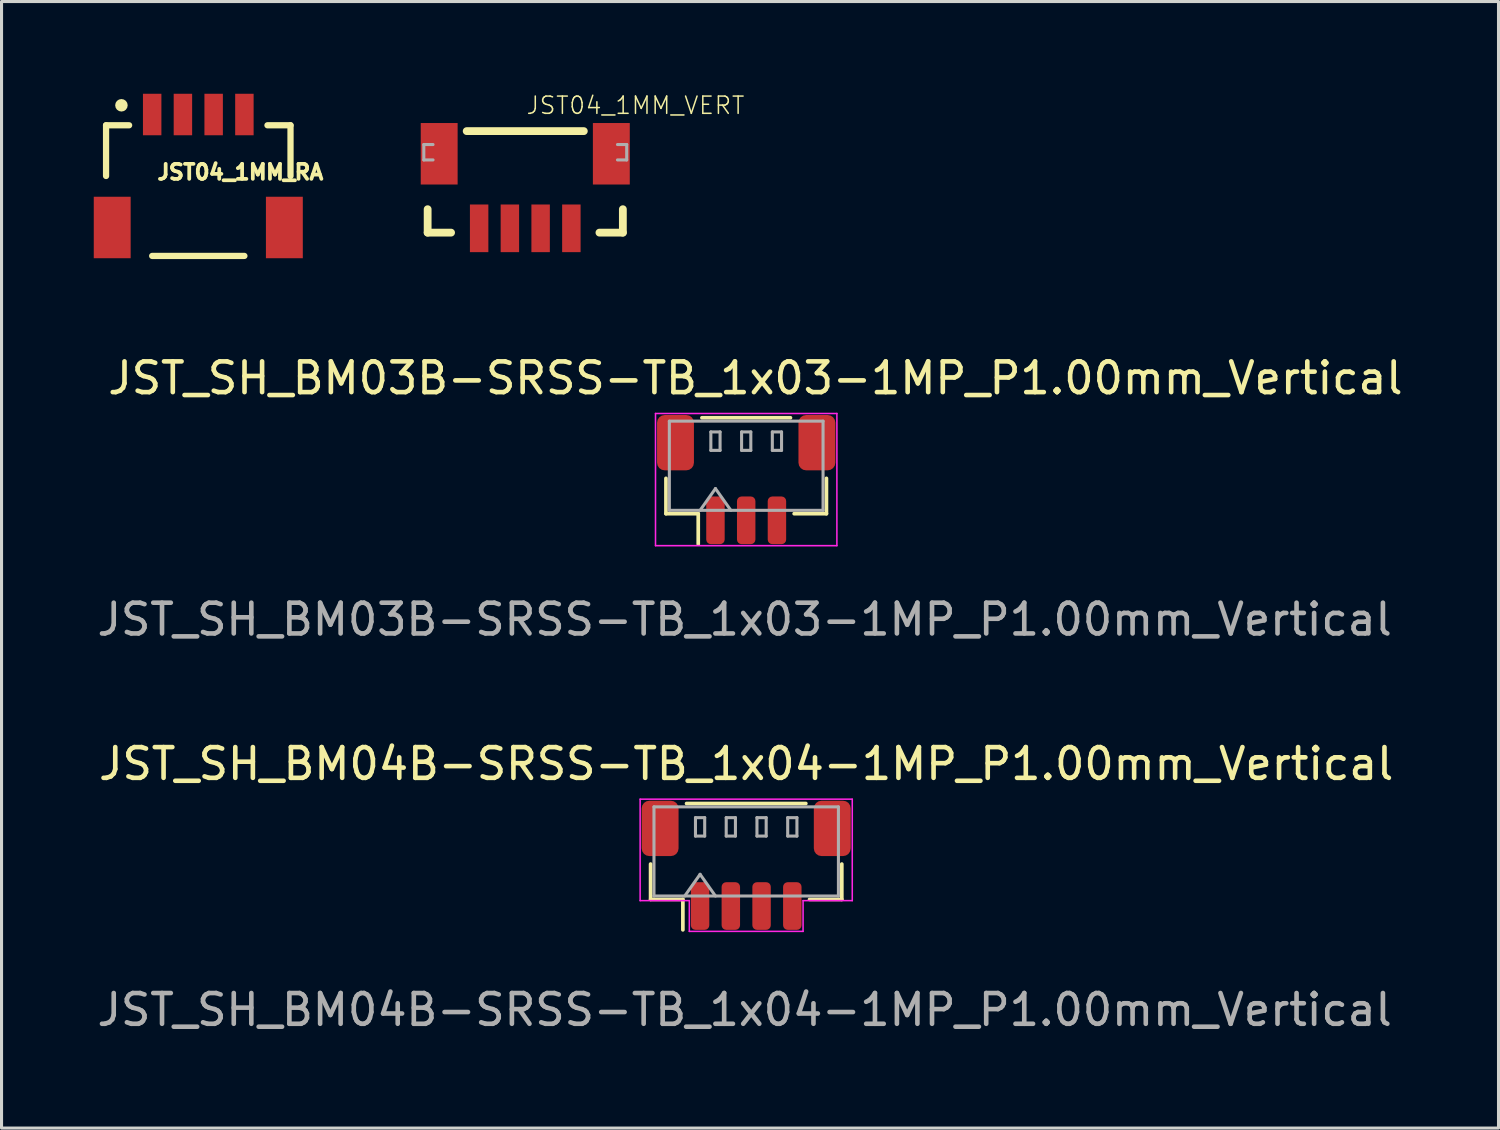
<source format=kicad_pcb>
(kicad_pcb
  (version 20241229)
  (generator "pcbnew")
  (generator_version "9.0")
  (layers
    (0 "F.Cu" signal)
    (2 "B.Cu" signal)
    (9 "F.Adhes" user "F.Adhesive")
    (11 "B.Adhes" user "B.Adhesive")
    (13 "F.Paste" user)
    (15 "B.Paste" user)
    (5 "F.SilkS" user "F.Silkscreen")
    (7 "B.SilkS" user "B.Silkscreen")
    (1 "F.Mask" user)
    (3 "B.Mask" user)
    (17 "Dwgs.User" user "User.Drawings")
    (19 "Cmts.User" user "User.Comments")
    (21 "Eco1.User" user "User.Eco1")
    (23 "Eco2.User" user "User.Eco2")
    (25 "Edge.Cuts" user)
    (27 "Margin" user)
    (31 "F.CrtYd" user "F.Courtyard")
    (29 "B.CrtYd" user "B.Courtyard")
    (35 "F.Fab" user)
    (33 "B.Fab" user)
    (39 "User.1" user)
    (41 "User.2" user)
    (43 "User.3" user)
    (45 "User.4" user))
  (footprint "JST04_1MM_RA"
    (layer "F.Cu")
    (at 3.4 0.675)
    (property "Reference" "JST04_1MM_RA" (at -1.397 2.159 0) (unlocked yes) (layer "F.SilkS") (effects (font (size 0.488 0.488) (thickness 0.122)) (justify left bottom)))
    (fp_line (start -3 0.35) (end -2.25 0.35) (stroke (width 0.203) (type solid)) (layer "F.SilkS"))
    (fp_line (start -3 2) (end -3 0.35) (stroke (width 0.203) (type solid)) (layer "F.SilkS"))
    (fp_line (start -1.5 4.6) (end 1.5 4.6) (stroke (width 0.203) (type solid)) (layer "F.SilkS"))
    (fp_line (start 2.25 0.35) (end 3 0.35) (stroke (width 0.203) (type solid)) (layer "F.SilkS"))
    (fp_line (start 3 0.35) (end 3 2) (stroke (width 0.203) (type solid)) (layer "F.SilkS"))
    (fp_circle (center -2.5 -0.3) (end -2.398 -0.3) (stroke (width 0.203) (type solid)) (fill no) (layer "F.SilkS"))
    (pad "1" smd rect (at -1.5 0) (size 0.6 1.35) (layers "F.Cu" "F.Mask" "F.Paste"))
    (pad "2" smd rect (at -0.5 0) (size 0.6 1.35) (layers "F.Cu" "F.Mask" "F.Paste"))
    (pad "3" smd rect (at 0.5 0) (size 0.6 1.35) (layers "F.Cu" "F.Mask" "F.Paste"))
    (pad "4" smd rect (at 1.5 0) (size 0.6 1.35) (layers "F.Cu" "F.Mask" "F.Paste"))
    (pad "NC1" smd rect (at 2.8 3.675) (size 1.2 2) (layers "F.Cu" "F.Mask" "F.Paste"))
    (pad "NC2" smd rect (at -2.8 3.675) (size 1.2 2) (layers "F.Cu" "F.Mask" "F.Paste")))
  (footprint "JST_SH_BM03B-SRSS-TB_1x03-1MP_P1.00mm_Vertical"
    (layer "F.Cu")
    (at 21.223 12.55)
    (property "Reference" "JST_SH_BM03B-SRSS-TB_1x03-1MP_P1.00mm_Vertical" (at 0.3 -3.3 0) (layer "F.SilkS") (effects (font (size 1 1) (thickness 0.15))))
    (attr smd)
    (fp_line (start -2.61 -0.04) (end -2.61 1.11) (stroke (width 0.12) (type solid)) (layer "F.SilkS"))
    (fp_line (start -2.61 1.11) (end -1.56 1.11) (stroke (width 0.12) (type solid)) (layer "F.SilkS"))
    (fp_line (start -1.56 1.11) (end -1.56 2.1) (stroke (width 0.12) (type solid)) (layer "F.SilkS"))
    (fp_line (start -1.44 -2.01) (end 1.44 -2.01) (stroke (width 0.12) (type solid)) (layer "F.SilkS"))
    (fp_line (start 2.61 -0.04) (end 2.61 1.11) (stroke (width 0.12) (type solid)) (layer "F.SilkS"))
    (fp_line (start 2.61 1.11) (end 1.56 1.11) (stroke (width 0.12) (type solid)) (layer "F.SilkS"))
    (fp_line (start -2.95 -2.15) (end -2.95 2.15) (stroke (width 0.05) (type solid)) (layer "F.CrtYd"))
    (fp_line (start -2.95 2.15) (end 2.95 2.15) (stroke (width 0.05) (type solid)) (layer "F.CrtYd"))
    (fp_line (start 2.95 -2.15) (end -2.95 -2.15) (stroke (width 0.05) (type solid)) (layer "F.CrtYd"))
    (fp_line (start 2.95 2.15) (end 2.95 -2.15) (stroke (width 0.05) (type solid)) (layer "F.CrtYd"))
    (fp_line (start -2.5 -1.9) (end 2.5 -1.9) (stroke (width 0.1) (type solid)) (layer "F.Fab"))
    (fp_line (start -2.5 1) (end -2.5 -1.9) (stroke (width 0.1) (type solid)) (layer "F.Fab"))
    (fp_line (start -2.5 1) (end 2.5 1) (stroke (width 0.1) (type solid)) (layer "F.Fab"))
    (fp_line (start -1.5 1) (end -1 0.293) (stroke (width 0.1) (type solid)) (layer "F.Fab"))
    (fp_line (start -1.15 -1.55) (end -1.15 -0.95) (stroke (width 0.1) (type solid)) (layer "F.Fab"))
    (fp_line (start -1.15 -0.95) (end -0.85 -0.95) (stroke (width 0.1) (type solid)) (layer "F.Fab"))
    (fp_line (start -1 0.293) (end -0.5 1) (stroke (width 0.1) (type solid)) (layer "F.Fab"))
    (fp_line (start -0.85 -1.55) (end -1.15 -1.55) (stroke (width 0.1) (type solid)) (layer "F.Fab"))
    (fp_line (start -0.85 -0.95) (end -0.85 -1.55) (stroke (width 0.1) (type solid)) (layer "F.Fab"))
    (fp_line (start -0.15 -1.55) (end -0.15 -0.95) (stroke (width 0.1) (type solid)) (layer "F.Fab"))
    (fp_line (start -0.15 -0.95) (end 0.15 -0.95) (stroke (width 0.1) (type solid)) (layer "F.Fab"))
    (fp_line (start 0.15 -1.55) (end -0.15 -1.55) (stroke (width 0.1) (type solid)) (layer "F.Fab"))
    (fp_line (start 0.15 -0.95) (end 0.15 -1.55) (stroke (width 0.1) (type solid)) (layer "F.Fab"))
    (fp_line (start 0.85 -1.55) (end 0.85 -0.95) (stroke (width 0.1) (type solid)) (layer "F.Fab"))
    (fp_line (start 0.85 -0.95) (end 1.15 -0.95) (stroke (width 0.1) (type solid)) (layer "F.Fab"))
    (fp_line (start 1.15 -1.55) (end 0.85 -1.55) (stroke (width 0.1) (type solid)) (layer "F.Fab"))
    (fp_line (start 1.15 -0.95) (end 1.15 -1.55) (stroke (width 0.1) (type solid)) (layer "F.Fab"))
    (fp_line (start 2.5 1) (end 2.5 -1.9) (stroke (width 0.1) (type solid)) (layer "F.Fab"))
    (fp_text user "${REFERENCE}" (at -0.05 4.55 0) (layer "F.Fab") (effects (font (size 1 1) (thickness 0.15))))
    (pad "1" smd roundrect (at -1 1.325) (size 0.6 1.55) (layers "F.Cu" "F.Mask" "F.Paste") (roundrect_rratio 0.25))
    (pad "2" smd roundrect (at 0 1.325) (size 0.6 1.55) (layers "F.Cu" "F.Mask" "F.Paste") (roundrect_rratio 0.25))
    (pad "3" smd roundrect (at 1 1.325) (size 0.6 1.55) (layers "F.Cu" "F.Mask" "F.Paste") (roundrect_rratio 0.25))
    (pad "MP" smd roundrect (at -2.3 -1.2) (size 1.2 1.8) (layers "F.Cu" "F.Mask" "F.Paste") (roundrect_rratio 0.208))
    (pad "MP" smd roundrect (at 2.3 -1.2) (size 1.2 1.8) (layers "F.Cu" "F.Mask" "F.Paste") (roundrect_rratio 0.208)))
  (footprint "JST04_1MM_VERT"
    (layer "F.Cu")
    (at 14.036 5.152)
    (property "Reference" "JST04_1MM_VERT" (at 0 -4.445 0) (unlocked yes) (layer "F.SilkS") (effects (font (size 0.561 0.561) (thickness 0.049)) (justify left bottom)))
    (fp_line (start -3.175 -1.397) (end -3.175 -0.635) (stroke (width 0.254) (type solid)) (layer "F.SilkS"))
    (fp_line (start -3.175 -0.635) (end -2.413 -0.635) (stroke (width 0.254) (type solid)) (layer "F.SilkS"))
    (fp_line (start 1.905 -3.937) (end -1.905 -3.937) (stroke (width 0.254) (type solid)) (layer "F.SilkS"))
    (fp_line (start 3.175 -1.397) (end 3.175 -0.635) (stroke (width 0.254) (type solid)) (layer "F.SilkS"))
    (fp_line (start 3.175 -0.635) (end 2.413 -0.635) (stroke (width 0.254) (type solid)) (layer "F.SilkS"))
    (fp_line (start -3.3 -3.5) (end -3.3 -3) (stroke (width 0.1) (type solid)) (layer "F.Fab"))
    (fp_line (start -3.3 -3) (end -3 -3) (stroke (width 0.1) (type solid)) (layer "F.Fab"))
    (fp_line (start -3 -3.5) (end -3.3 -3.5) (stroke (width 0.1) (type solid)) (layer "F.Fab"))
    (fp_line (start 3 -3) (end 3.3 -3) (stroke (width 0.1) (type solid)) (layer "F.Fab"))
    (fp_line (start 3.3 -3.5) (end 3 -3.5) (stroke (width 0.1) (type solid)) (layer "F.Fab"))
    (fp_line (start 3.3 -3) (end 3.3 -3.5) (stroke (width 0.1) (type solid)) (layer "F.Fab"))
    (pad "1" smd rect (at -1.5 -0.775) (size 0.6 1.55) (layers "F.Cu" "F.Mask" "F.Paste"))
    (pad "2" smd rect (at -0.5 -0.775) (size 0.6 1.55) (layers "F.Cu" "F.Mask" "F.Paste"))
    (pad "3" smd rect (at 0.5 -0.775) (size 0.6 1.55) (layers "F.Cu" "F.Mask" "F.Paste"))
    (pad "4" smd rect (at 1.5 -0.775) (size 0.6 1.55) (layers "F.Cu" "F.Mask" "F.Paste"))
    (pad "NC1" smd rect (at -2.8 -3.2) (size 1.2 2) (layers "F.Cu" "F.Mask" "F.Paste"))
    (pad "NC2" smd rect (at 2.8 -3.2) (size 1.2 2) (layers "F.Cu" "F.Mask" "F.Paste")))
  (footprint "JST_SH_BM04B-SRSS-TB_1x04-1MP_P1.00mm_Vertical"
    (layer "F.Cu")
    (at 21.223 25.097)
    (property "Reference" "JST_SH_BM04B-SRSS-TB_1x04-1MP_P1.00mm_Vertical" (at 0 -3.3 0) (layer "F.SilkS") (effects (font (size 1 1) (thickness 0.15))))
    (attr smd)
    (fp_line (start -3.11 -0.04) (end -3.11 1.11) (stroke (width 0.12) (type solid)) (layer "F.SilkS"))
    (fp_line (start -3.11 1.11) (end -2.06 1.11) (stroke (width 0.12) (type solid)) (layer "F.SilkS"))
    (fp_line (start -2.06 1.11) (end -2.06 2.1) (stroke (width 0.12) (type solid)) (layer "F.SilkS"))
    (fp_line (start -1.94 -2.01) (end 1.94 -2.01) (stroke (width 0.12) (type solid)) (layer "F.SilkS"))
    (fp_line (start 3.11 -0.04) (end 3.11 1.11) (stroke (width 0.12) (type solid)) (layer "F.SilkS"))
    (fp_line (start 3.11 1.11) (end 2.06 1.11) (stroke (width 0.12) (type solid)) (layer "F.SilkS"))
    (fp_line (start -3.45 -2.15) (end -3.45 1.15) (stroke (width 0.05) (type solid)) (layer "F.CrtYd"))
    (fp_line (start -3.45 1.15) (end -1.85 1.15) (stroke (width 0.05) (type solid)) (layer "F.CrtYd"))
    (fp_line (start -1.85 1.15) (end -1.85 2.15) (stroke (width 0.05) (type solid)) (layer "F.CrtYd"))
    (fp_line (start -1.85 2.15) (end 1.85 2.15) (stroke (width 0.05) (type solid)) (layer "F.CrtYd"))
    (fp_line (start 1.85 1.15) (end 1.85 2.15) (stroke (width 0.05) (type solid)) (layer "F.CrtYd"))
    (fp_line (start 1.85 1.15) (end 3.45 1.15) (stroke (width 0.05) (type solid)) (layer "F.CrtYd"))
    (fp_line (start 3.45 -2.15) (end -3.45 -2.15) (stroke (width 0.05) (type solid)) (layer "F.CrtYd"))
    (fp_line (start 3.45 1.15) (end 3.45 -2.15) (stroke (width 0.05) (type solid)) (layer "F.CrtYd"))
    (fp_line (start -3 -1.9) (end 3 -1.9) (stroke (width 0.1) (type solid)) (layer "F.Fab"))
    (fp_line (start -3 1) (end -3 -1.9) (stroke (width 0.1) (type solid)) (layer "F.Fab"))
    (fp_line (start -3 1) (end 3 1) (stroke (width 0.1) (type solid)) (layer "F.Fab"))
    (fp_line (start -2 1) (end -1.5 0.293) (stroke (width 0.1) (type solid)) (layer "F.Fab"))
    (fp_line (start -1.65 -1.55) (end -1.65 -0.95) (stroke (width 0.1) (type solid)) (layer "F.Fab"))
    (fp_line (start -1.65 -0.95) (end -1.35 -0.95) (stroke (width 0.1) (type solid)) (layer "F.Fab"))
    (fp_line (start -1.5 0.293) (end -1 1) (stroke (width 0.1) (type solid)) (layer "F.Fab"))
    (fp_line (start -1.35 -1.55) (end -1.65 -1.55) (stroke (width 0.1) (type solid)) (layer "F.Fab"))
    (fp_line (start -1.35 -0.95) (end -1.35 -1.55) (stroke (width 0.1) (type solid)) (layer "F.Fab"))
    (fp_line (start -0.65 -1.55) (end -0.65 -0.95) (stroke (width 0.1) (type solid)) (layer "F.Fab"))
    (fp_line (start -0.65 -0.95) (end -0.35 -0.95) (stroke (width 0.1) (type solid)) (layer "F.Fab"))
    (fp_line (start -0.35 -1.55) (end -0.65 -1.55) (stroke (width 0.1) (type solid)) (layer "F.Fab"))
    (fp_line (start -0.35 -0.95) (end -0.35 -1.55) (stroke (width 0.1) (type solid)) (layer "F.Fab"))
    (fp_line (start 0.35 -1.55) (end 0.35 -0.95) (stroke (width 0.1) (type solid)) (layer "F.Fab"))
    (fp_line (start 0.35 -0.95) (end 0.65 -0.95) (stroke (width 0.1) (type solid)) (layer "F.Fab"))
    (fp_line (start 0.65 -1.55) (end 0.35 -1.55) (stroke (width 0.1) (type solid)) (layer "F.Fab"))
    (fp_line (start 0.65 -0.95) (end 0.65 -1.55) (stroke (width 0.1) (type solid)) (layer "F.Fab"))
    (fp_line (start 1.35 -1.55) (end 1.35 -0.95) (stroke (width 0.1) (type solid)) (layer "F.Fab"))
    (fp_line (start 1.35 -0.95) (end 1.65 -0.95) (stroke (width 0.1) (type solid)) (layer "F.Fab"))
    (fp_line (start 1.65 -1.55) (end 1.35 -1.55) (stroke (width 0.1) (type solid)) (layer "F.Fab"))
    (fp_line (start 1.65 -0.95) (end 1.65 -1.55) (stroke (width 0.1) (type solid)) (layer "F.Fab"))
    (fp_line (start 3 1) (end 3 -1.9) (stroke (width 0.1) (type solid)) (layer "F.Fab"))
    (fp_text user "${REFERENCE}" (at -0.05 4.7 0) (layer "F.Fab") (effects (font (size 1 1) (thickness 0.15))))
    (pad "1" smd roundrect (at -1.5 1.325) (size 0.6 1.55) (layers "F.Cu" "F.Mask" "F.Paste") (roundrect_rratio 0.25))
    (pad "2" smd roundrect (at -0.5 1.325) (size 0.6 1.55) (layers "F.Cu" "F.Mask" "F.Paste") (roundrect_rratio 0.25))
    (pad "3" smd roundrect (at 0.5 1.325) (size 0.6 1.55) (layers "F.Cu" "F.Mask" "F.Paste") (roundrect_rratio 0.25))
    (pad "4" smd roundrect (at 1.5 1.325) (size 0.6 1.55) (layers "F.Cu" "F.Mask" "F.Paste") (roundrect_rratio 0.25))
    (pad "MP" smd roundrect (at -2.8 -1.2) (size 1.2 1.8) (layers "F.Cu" "F.Mask" "F.Paste") (roundrect_rratio 0.208))
    (pad "MP" smd roundrect (at 2.8 -1.2) (size 1.2 1.8) (layers "F.Cu" "F.Mask" "F.Paste") (roundrect_rratio 0.208)))
  (gr_rect
    (start -3 -3)
    (end 45.695 33.645)
    (stroke (width 0.1) (type default))
    (fill no)
    (layer "Edge.Cuts")))
</source>
